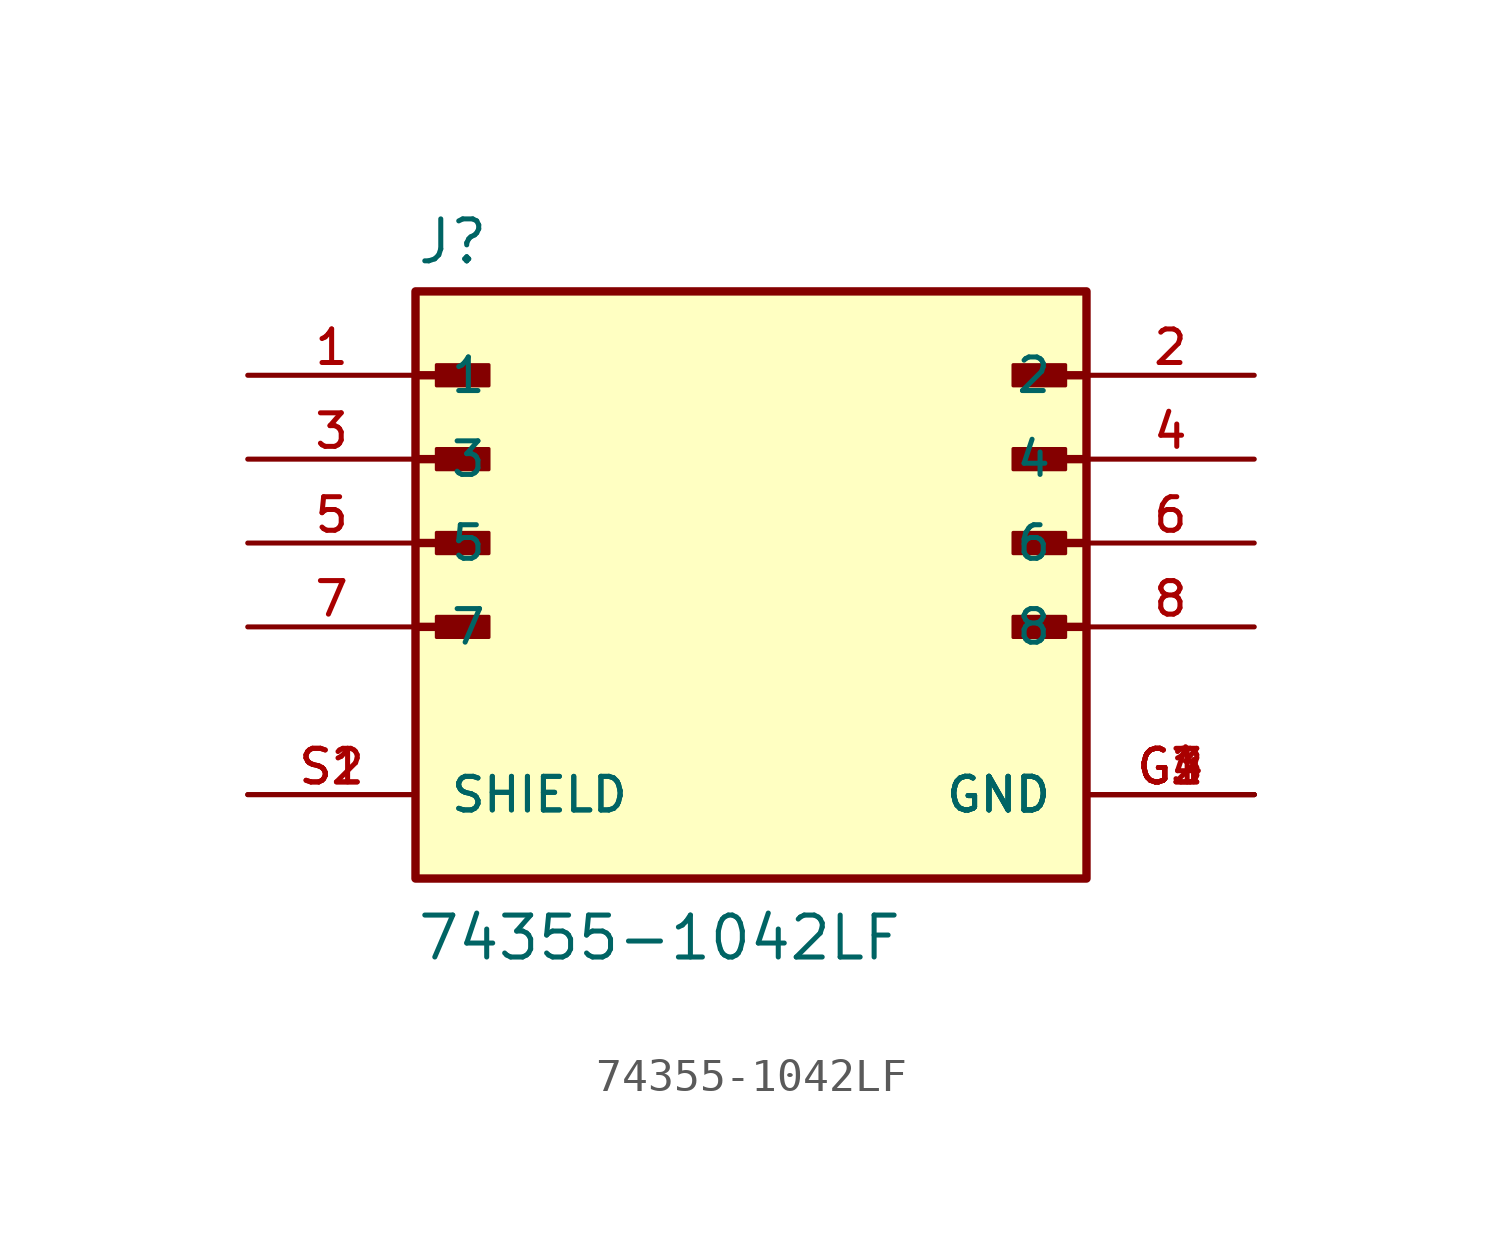
<source format=kicad_sym>
(kicad_symbol_lib
  (version 20211014)
  (generator kicad_symbol_editor)
  (symbol "74355-1042LF"
    (pin_names
      (offset 1.016))
    (property "Reference" "J"
      (at -10.16 8.382 0)
      (effects (font (size 1.27 1.27)) (justify bottom left)))
    (property "Value" "74355-1042LF"
      (at -10.16 -12.7 0)
      (effects (font (size 1.27 1.27)) (justify bottom left)))
    (symbol "74355-1042LF_0_0"
      (polyline (pts (xy -10.16 5.08) (xy -8.255 5.08)) (stroke (width 0.254)))
      (rectangle (start -9.525 4.763) (end -7.938 5.397) (stroke (width 0.1)) (fill (type outline)))
      (polyline (pts (xy -10.16 2.54) (xy -8.255 2.54)) (stroke (width 0.254)))
      (rectangle (start -9.525 2.223) (end -7.938 2.857) (stroke (width 0.1)) (fill (type outline)))
      (polyline (pts (xy -10.16 0.0) (xy -8.255 0.0)) (stroke (width 0.254)))
      (rectangle (start -9.525 -0.318) (end -7.938 0.318) (stroke (width 0.1)) (fill (type outline)))
      (polyline (pts (xy -10.16 -2.54) (xy -8.255 -2.54)) (stroke (width 0.254)))
      (rectangle (start -9.525 -2.857) (end -7.938 -2.223) (stroke (width 0.1)) (fill (type outline)))
      (polyline (pts (xy 10.16 -2.54) (xy 8.255 -2.54)) (stroke (width 0.254)))
      (rectangle (start 7.938 -2.857) (end 9.525 -2.223) (stroke (width 0.1)) (fill (type outline)))
      (polyline (pts (xy 10.16 0.0) (xy 8.255 0.0)) (stroke (width 0.254)))
      (rectangle (start 7.938 -0.318) (end 9.525 0.318) (stroke (width 0.1)) (fill (type outline)))
      (polyline (pts (xy 10.16 2.54) (xy 8.255 2.54)) (stroke (width 0.254)))
      (rectangle (start 7.938 2.223) (end 9.525 2.857) (stroke (width 0.1)) (fill (type outline)))
      (polyline (pts (xy 10.16 5.08) (xy 8.255 5.08)) (stroke (width 0.254)))
      (rectangle (start 7.938 4.763) (end 9.525 5.397) (stroke (width 0.1)) (fill (type outline)))
      (rectangle (start -10.16 -10.16) (end 10.16 7.62) (stroke (width 0.254)) (fill (type background)))
      (pin passive line (at -15.24 5.08 0) (length 5.08) (name "1" (effects (font (size 1.016 1.016)))) (number "1" (effects (font (size 1.016 1.016)))))
      (pin passive line (at 15.24 5.08 180.0) (length 5.08) (name "2" (effects (font (size 1.016 1.016)))) (number "2" (effects (font (size 1.016 1.016)))))
      (pin passive line (at -15.24 2.54 0) (length 5.08) (name "3" (effects (font (size 1.016 1.016)))) (number "3" (effects (font (size 1.016 1.016)))))
      (pin passive line (at 15.24 2.54 180.0) (length 5.08) (name "4" (effects (font (size 1.016 1.016)))) (number "4" (effects (font (size 1.016 1.016)))))
      (pin passive line (at -15.24 0.0 0) (length 5.08) (name "5" (effects (font (size 1.016 1.016)))) (number "5" (effects (font (size 1.016 1.016)))))
      (pin passive line (at 15.24 0.0 180.0) (length 5.08) (name "6" (effects (font (size 1.016 1.016)))) (number "6" (effects (font (size 1.016 1.016)))))
      (pin passive line (at -15.24 -2.54 0) (length 5.08) (name "7" (effects (font (size 1.016 1.016)))) (number "7" (effects (font (size 1.016 1.016)))))
      (pin passive line (at 15.24 -2.54 180.0) (length 5.08) (name "8" (effects (font (size 1.016 1.016)))) (number "8" (effects (font (size 1.016 1.016)))))
      (pin power_in line (at 15.24 -7.62 180.0) (length 5.08) (name "GND" (effects (font (size 1.016 1.016)))) (number "G1" (effects (font (size 1.016 1.016)))))
      (pin power_in line (at 15.24 -7.62 180.0) (length 5.08) (name "GND" (effects (font (size 1.016 1.016)))) (number "G2" (effects (font (size 1.016 1.016)))))
      (pin power_in line (at 15.24 -7.62 180.0) (length 5.08) (name "GND" (effects (font (size 1.016 1.016)))) (number "G3" (effects (font (size 1.016 1.016)))))
      (pin power_in line (at 15.24 -7.62 180.0) (length 5.08) (name "GND" (effects (font (size 1.016 1.016)))) (number "G4" (effects (font (size 1.016 1.016)))))
      (pin passive line (at -15.24 -7.62 0) (length 5.08) (name "SHIELD" (effects (font (size 1.016 1.016)))) (number "S1" (effects (font (size 1.016 1.016)))))
      (pin passive line (at -15.24 -7.62 0) (length 5.08) (name "SHIELD" (effects (font (size 1.016 1.016)))) (number "S2" (effects (font (size 1.016 1.016))))))))
</source>
